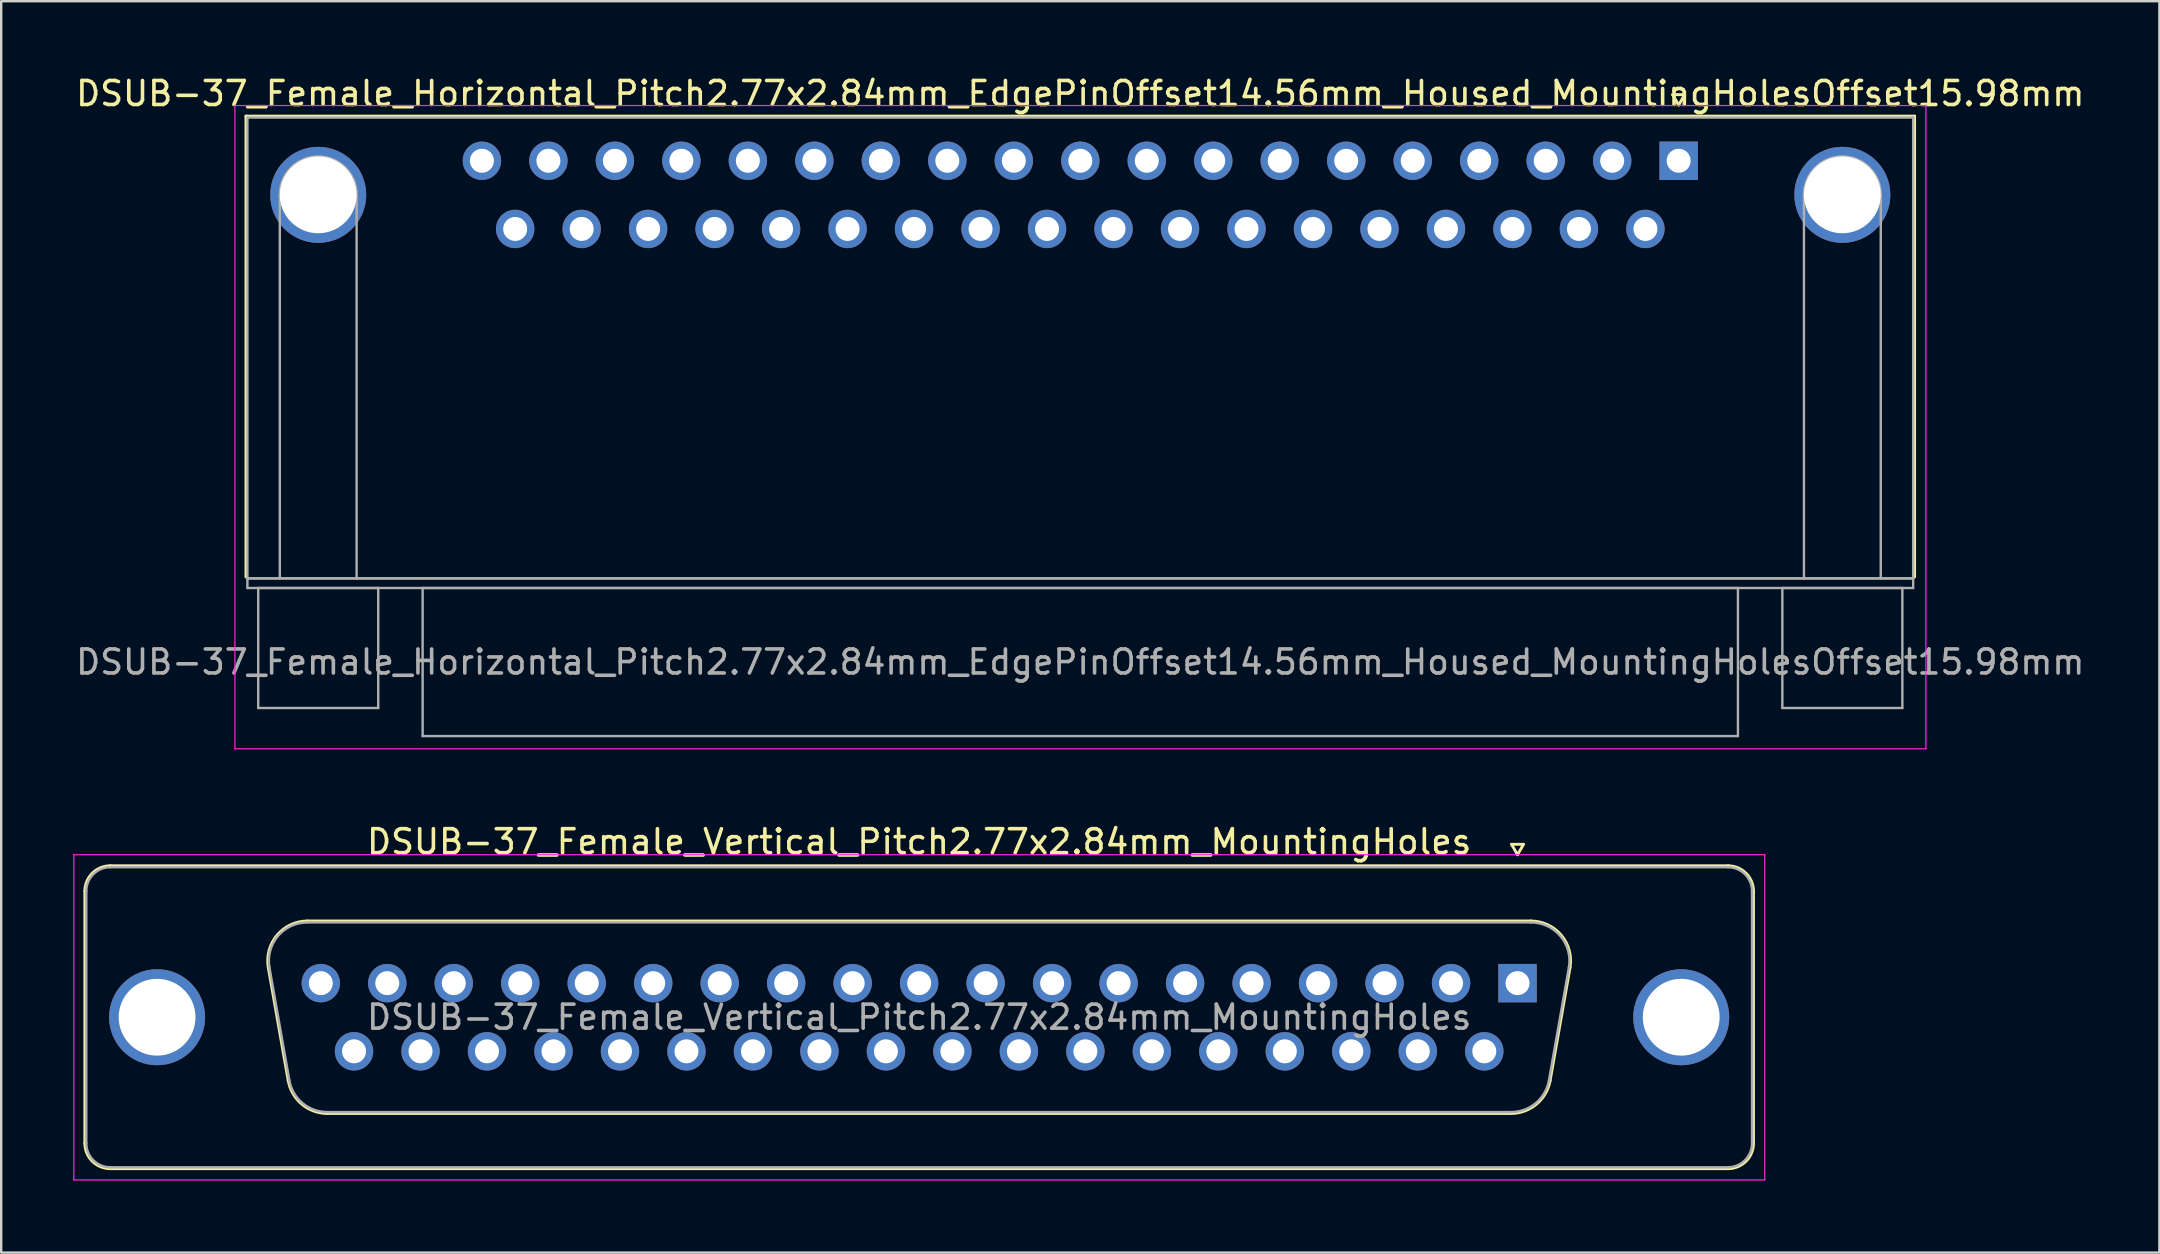
<source format=kicad_pcb>
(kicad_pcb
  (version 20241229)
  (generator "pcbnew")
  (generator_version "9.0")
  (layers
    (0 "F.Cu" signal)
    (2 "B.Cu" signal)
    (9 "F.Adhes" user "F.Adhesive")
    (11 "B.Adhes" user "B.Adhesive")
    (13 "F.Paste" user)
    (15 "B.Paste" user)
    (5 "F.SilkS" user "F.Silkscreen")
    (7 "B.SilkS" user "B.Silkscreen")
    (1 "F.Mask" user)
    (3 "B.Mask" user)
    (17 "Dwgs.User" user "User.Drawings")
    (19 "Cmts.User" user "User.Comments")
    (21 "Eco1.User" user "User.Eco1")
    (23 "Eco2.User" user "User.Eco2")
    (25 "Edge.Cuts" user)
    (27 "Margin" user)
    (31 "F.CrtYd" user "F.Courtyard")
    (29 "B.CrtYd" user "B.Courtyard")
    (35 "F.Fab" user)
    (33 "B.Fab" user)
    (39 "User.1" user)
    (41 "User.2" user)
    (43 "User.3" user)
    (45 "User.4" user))
  (footprint "DSUB-37_Female_Vertical_Pitch2.77x2.84mm_MountingHoles"
    (layer "F.Cu")
    (at 60.175 37.911)
    (property "Reference" "DSUB-37_Female_Vertical_Pitch2.77x2.84mm_MountingHoles" (at -24.93 -5.89 0) (layer "F.SilkS") (effects (font (size 1 1) (thickness 0.15))))
    (attr through_hole)
    (fp_line (start -59.69 6.67) (end -59.69 -3.83) (stroke (width 0.12) (type solid)) (layer "F.SilkS"))
    (fp_line (start -58.63 -4.89) (end 8.77 -4.89) (stroke (width 0.12) (type solid)) (layer "F.SilkS"))
    (fp_line (start -52.046 -0.642) (end -51.218 4.058) (stroke (width 0.12) (type solid)) (layer "F.SilkS"))
    (fp_line (start -50.412 -2.59) (end 0.552 -2.59) (stroke (width 0.12) (type solid)) (layer "F.SilkS"))
    (fp_line (start -49.583 5.43) (end -0.277 5.43) (stroke (width 0.12) (type solid)) (layer "F.SilkS"))
    (fp_line (start -0.25 -5.784) (end 0.25 -5.784) (stroke (width 0.12) (type solid)) (layer "F.SilkS"))
    (fp_line (start 0 -5.351) (end -0.25 -5.784) (stroke (width 0.12) (type solid)) (layer "F.SilkS"))
    (fp_line (start 0.25 -5.784) (end 0 -5.351) (stroke (width 0.12) (type solid)) (layer "F.SilkS"))
    (fp_line (start 2.186 -0.642) (end 1.358 4.058) (stroke (width 0.12) (type solid)) (layer "F.SilkS"))
    (fp_line (start 8.77 7.73) (end -58.63 7.73) (stroke (width 0.12) (type solid)) (layer "F.SilkS"))
    (fp_line (start 9.83 -3.83) (end 9.83 6.67) (stroke (width 0.12) (type solid)) (layer "F.SilkS"))
    (fp_arc (start -59.69 -3.83) (mid -59.379533 -4.579533) (end -58.63 -4.89) (stroke (width 0.12) (type solid)) (layer "F.SilkS"))
    (fp_arc (start -58.63 7.73) (mid -59.379533 7.419533) (end -59.69 6.67) (stroke (width 0.12) (type solid)) (layer "F.SilkS"))
    (fp_arc (start -52.04647 -0.641744) (mid -51.683323 -1.997028) (end -50.411689 -2.59) (stroke (width 0.12) (type solid)) (layer "F.SilkS"))
    (fp_arc (start -49.582952 5.43) (mid -50.649979 5.041634) (end -51.217733 4.058256) (stroke (width 0.12) (type solid)) (layer "F.SilkS"))
    (fp_arc (start 0.551689 -2.59) (mid 1.823323 -1.997027) (end 2.18647 -0.641744) (stroke (width 0.12) (type solid)) (layer "F.SilkS"))
    (fp_arc (start 1.357733 4.058256) (mid 0.78998 5.041634) (end -0.277048 5.43) (stroke (width 0.12) (type solid)) (layer "F.SilkS"))
    (fp_arc (start 8.77 -4.89) (mid 9.519533 -4.579533) (end 9.83 -3.83) (stroke (width 0.12) (type solid)) (layer "F.SilkS"))
    (fp_arc (start 9.83 6.67) (mid 9.519533 7.419533) (end 8.77 7.73) (stroke (width 0.12) (type solid)) (layer "F.SilkS"))
    (fp_line (start -60.15 -5.35) (end -60.15 8.2) (stroke (width 0.05) (type solid)) (layer "F.CrtYd"))
    (fp_line (start -60.15 8.2) (end 10.3 8.2) (stroke (width 0.05) (type solid)) (layer "F.CrtYd"))
    (fp_line (start 10.3 -5.35) (end -60.15 -5.35) (stroke (width 0.05) (type solid)) (layer "F.CrtYd"))
    (fp_line (start 10.3 8.2) (end 10.3 -5.35) (stroke (width 0.05) (type solid)) (layer "F.CrtYd"))
    (fp_line (start -59.63 6.67) (end -59.63 -3.83) (stroke (width 0.1) (type solid)) (layer "F.Fab"))
    (fp_line (start -58.63 -4.83) (end 8.77 -4.83) (stroke (width 0.1) (type solid)) (layer "F.Fab"))
    (fp_line (start -51.999 -0.652) (end -51.17 4.048) (stroke (width 0.1) (type solid)) (layer "F.Fab"))
    (fp_line (start -50.423 -2.53) (end 0.563 -2.53) (stroke (width 0.1) (type solid)) (layer "F.Fab"))
    (fp_line (start -49.594 5.37) (end -0.266 5.37) (stroke (width 0.1) (type solid)) (layer "F.Fab"))
    (fp_line (start 2.139 -0.652) (end 1.31 4.048) (stroke (width 0.1) (type solid)) (layer "F.Fab"))
    (fp_line (start 8.77 7.67) (end -58.63 7.67) (stroke (width 0.1) (type solid)) (layer "F.Fab"))
    (fp_line (start 9.77 -3.83) (end 9.77 6.67) (stroke (width 0.1) (type solid)) (layer "F.Fab"))
    (fp_arc (start -59.63 -3.83) (mid -59.337107 -4.537107) (end -58.63 -4.83) (stroke (width 0.1) (type solid)) (layer "F.Fab"))
    (fp_arc (start -58.63 7.67) (mid -59.337107 7.377107) (end -59.63 6.67) (stroke (width 0.1) (type solid)) (layer "F.Fab"))
    (fp_arc (start -51.998886 -0.652163) (mid -51.648865 -1.95846) (end -50.423194 -2.53) (stroke (width 0.1) (type solid)) (layer "F.Fab"))
    (fp_arc (start -49.594457 5.37) (mid -50.622917 4.995671) (end -51.170149 4.047837) (stroke (width 0.1) (type solid)) (layer "F.Fab"))
    (fp_arc (start 0.563194 -2.53) (mid 1.788865 -1.95846) (end 2.138886 -0.652163) (stroke (width 0.1) (type solid)) (layer "F.Fab"))
    (fp_arc (start 1.310149 4.047837) (mid 0.762917 4.995671) (end -0.265543 5.37) (stroke (width 0.1) (type solid)) (layer "F.Fab"))
    (fp_arc (start 8.77 -4.83) (mid 9.477107 -4.537107) (end 9.77 -3.83) (stroke (width 0.1) (type solid)) (layer "F.Fab"))
    (fp_arc (start 9.77 6.67) (mid 9.477107 7.377107) (end 8.77 7.67) (stroke (width 0.1) (type solid)) (layer "F.Fab"))
    (fp_text user "${REFERENCE}" (at -24.93 1.42 0) (layer "F.Fab") (effects (font (size 1 1) (thickness 0.15))))
    (pad "0" thru_hole circle (at -56.68 1.42) (size 4 4) (drill 3.2) (layers "*.Cu" "*.Mask"))
    (pad "0" thru_hole circle (at 6.82 1.42) (size 4 4) (drill 3.2) (layers "*.Cu" "*.Mask"))
    (pad "1" thru_hole rect (at 0 0) (size 1.6 1.6) (drill 1) (layers "*.Cu" "*.Mask"))
    (pad "2" thru_hole circle (at -2.77 0) (size 1.6 1.6) (drill 1) (layers "*.Cu" "*.Mask"))
    (pad "3" thru_hole circle (at -5.54 0) (size 1.6 1.6) (drill 1) (layers "*.Cu" "*.Mask"))
    (pad "4" thru_hole circle (at -8.31 0) (size 1.6 1.6) (drill 1) (layers "*.Cu" "*.Mask"))
    (pad "5" thru_hole circle (at -11.08 0) (size 1.6 1.6) (drill 1) (layers "*.Cu" "*.Mask"))
    (pad "6" thru_hole circle (at -13.85 0) (size 1.6 1.6) (drill 1) (layers "*.Cu" "*.Mask"))
    (pad "7" thru_hole circle (at -16.62 0) (size 1.6 1.6) (drill 1) (layers "*.Cu" "*.Mask"))
    (pad "8" thru_hole circle (at -19.39 0) (size 1.6 1.6) (drill 1) (layers "*.Cu" "*.Mask"))
    (pad "9" thru_hole circle (at -22.16 0) (size 1.6 1.6) (drill 1) (layers "*.Cu" "*.Mask"))
    (pad "10" thru_hole circle (at -24.93 0) (size 1.6 1.6) (drill 1) (layers "*.Cu" "*.Mask"))
    (pad "11" thru_hole circle (at -27.7 0) (size 1.6 1.6) (drill 1) (layers "*.Cu" "*.Mask"))
    (pad "12" thru_hole circle (at -30.47 0) (size 1.6 1.6) (drill 1) (layers "*.Cu" "*.Mask"))
    (pad "13" thru_hole circle (at -33.24 0) (size 1.6 1.6) (drill 1) (layers "*.Cu" "*.Mask"))
    (pad "14" thru_hole circle (at -36.01 0) (size 1.6 1.6) (drill 1) (layers "*.Cu" "*.Mask"))
    (pad "15" thru_hole circle (at -38.78 0) (size 1.6 1.6) (drill 1) (layers "*.Cu" "*.Mask"))
    (pad "16" thru_hole circle (at -41.55 0) (size 1.6 1.6) (drill 1) (layers "*.Cu" "*.Mask"))
    (pad "17" thru_hole circle (at -44.32 0) (size 1.6 1.6) (drill 1) (layers "*.Cu" "*.Mask"))
    (pad "18" thru_hole circle (at -47.09 0) (size 1.6 1.6) (drill 1) (layers "*.Cu" "*.Mask"))
    (pad "19" thru_hole circle (at -49.86 0) (size 1.6 1.6) (drill 1) (layers "*.Cu" "*.Mask"))
    (pad "20" thru_hole circle (at -1.385 2.84) (size 1.6 1.6) (drill 1) (layers "*.Cu" "*.Mask"))
    (pad "21" thru_hole circle (at -4.155 2.84) (size 1.6 1.6) (drill 1) (layers "*.Cu" "*.Mask"))
    (pad "22" thru_hole circle (at -6.925 2.84) (size 1.6 1.6) (drill 1) (layers "*.Cu" "*.Mask"))
    (pad "23" thru_hole circle (at -9.695 2.84) (size 1.6 1.6) (drill 1) (layers "*.Cu" "*.Mask"))
    (pad "24" thru_hole circle (at -12.465 2.84) (size 1.6 1.6) (drill 1) (layers "*.Cu" "*.Mask"))
    (pad "25" thru_hole circle (at -15.235 2.84) (size 1.6 1.6) (drill 1) (layers "*.Cu" "*.Mask"))
    (pad "26" thru_hole circle (at -18.005 2.84) (size 1.6 1.6) (drill 1) (layers "*.Cu" "*.Mask"))
    (pad "27" thru_hole circle (at -20.775 2.84) (size 1.6 1.6) (drill 1) (layers "*.Cu" "*.Mask"))
    (pad "28" thru_hole circle (at -23.545 2.84) (size 1.6 1.6) (drill 1) (layers "*.Cu" "*.Mask"))
    (pad "29" thru_hole circle (at -26.315 2.84) (size 1.6 1.6) (drill 1) (layers "*.Cu" "*.Mask"))
    (pad "30" thru_hole circle (at -29.085 2.84) (size 1.6 1.6) (drill 1) (layers "*.Cu" "*.Mask"))
    (pad "31" thru_hole circle (at -31.855 2.84) (size 1.6 1.6) (drill 1) (layers "*.Cu" "*.Mask"))
    (pad "32" thru_hole circle (at -34.625 2.84) (size 1.6 1.6) (drill 1) (layers "*.Cu" "*.Mask"))
    (pad "33" thru_hole circle (at -37.395 2.84) (size 1.6 1.6) (drill 1) (layers "*.Cu" "*.Mask"))
    (pad "34" thru_hole circle (at -40.165 2.84) (size 1.6 1.6) (drill 1) (layers "*.Cu" "*.Mask"))
    (pad "35" thru_hole circle (at -42.935 2.84) (size 1.6 1.6) (drill 1) (layers "*.Cu" "*.Mask"))
    (pad "36" thru_hole circle (at -45.705 2.84) (size 1.6 1.6) (drill 1) (layers "*.Cu" "*.Mask"))
    (pad "37" thru_hole circle (at -48.475 2.84) (size 1.6 1.6) (drill 1) (layers "*.Cu" "*.Mask")))
  (footprint "DSUB-37_Female_Horizontal_Pitch2.77x2.84mm_EdgePinOffset14.56mm_Housed_MountingHolesOffset15.98mm"
    (layer "F.Cu")
    (at 66.888 3.648)
    (property "Reference" "DSUB-37_Female_Horizontal_Pitch2.77x2.84mm_EdgePinOffset14.56mm_Housed_MountingHolesOffset15.98mm" (at -24.93 -2.8 0) (layer "F.SilkS") (effects (font (size 1 1) (thickness 0.15))))
    (attr through_hole)
    (fp_line (start -59.69 -1.86) (end 9.83 -1.86) (stroke (width 0.12) (type solid)) (layer "F.SilkS"))
    (fp_line (start -59.69 17.34) (end -59.69 -1.86) (stroke (width 0.12) (type solid)) (layer "F.SilkS"))
    (fp_line (start -0.25 -2.754) (end 0.25 -2.754) (stroke (width 0.12) (type solid)) (layer "F.SilkS"))
    (fp_line (start 0 -2.321) (end -0.25 -2.754) (stroke (width 0.12) (type solid)) (layer "F.SilkS"))
    (fp_line (start 0.25 -2.754) (end 0 -2.321) (stroke (width 0.12) (type solid)) (layer "F.SilkS"))
    (fp_line (start 9.83 -1.86) (end 9.83 17.34) (stroke (width 0.12) (type solid)) (layer "F.SilkS"))
    (fp_line (start -60.15 -2.3) (end -60.15 24.5) (stroke (width 0.05) (type solid)) (layer "F.CrtYd"))
    (fp_line (start -60.15 24.5) (end 10.3 24.5) (stroke (width 0.05) (type solid)) (layer "F.CrtYd"))
    (fp_line (start 10.3 -2.3) (end -60.15 -2.3) (stroke (width 0.05) (type solid)) (layer "F.CrtYd"))
    (fp_line (start 10.3 24.5) (end 10.3 -2.3) (stroke (width 0.05) (type solid)) (layer "F.CrtYd"))
    (fp_line (start -59.63 -1.8) (end -59.63 17.4) (stroke (width 0.1) (type solid)) (layer "F.Fab"))
    (fp_line (start -59.63 17.4) (end -59.63 17.8) (stroke (width 0.1) (type solid)) (layer "F.Fab"))
    (fp_line (start -59.63 17.4) (end 9.77 17.4) (stroke (width 0.1) (type solid)) (layer "F.Fab"))
    (fp_line (start -59.63 17.8) (end 9.77 17.8) (stroke (width 0.1) (type solid)) (layer "F.Fab"))
    (fp_line (start -59.18 17.8) (end -59.18 22.8) (stroke (width 0.1) (type solid)) (layer "F.Fab"))
    (fp_line (start -59.18 22.8) (end -54.18 22.8) (stroke (width 0.1) (type solid)) (layer "F.Fab"))
    (fp_line (start -58.28 17.4) (end -58.28 1.42) (stroke (width 0.1) (type solid)) (layer "F.Fab"))
    (fp_line (start -55.08 17.4) (end -55.08 1.42) (stroke (width 0.1) (type solid)) (layer "F.Fab"))
    (fp_line (start -54.18 17.8) (end -59.18 17.8) (stroke (width 0.1) (type solid)) (layer "F.Fab"))
    (fp_line (start -54.18 22.8) (end -54.18 17.8) (stroke (width 0.1) (type solid)) (layer "F.Fab"))
    (fp_line (start -52.33 17.8) (end -52.33 23.97) (stroke (width 0.1) (type solid)) (layer "F.Fab"))
    (fp_line (start -52.33 23.97) (end 2.47 23.97) (stroke (width 0.1) (type solid)) (layer "F.Fab"))
    (fp_line (start 2.47 17.8) (end -52.33 17.8) (stroke (width 0.1) (type solid)) (layer "F.Fab"))
    (fp_line (start 2.47 23.97) (end 2.47 17.8) (stroke (width 0.1) (type solid)) (layer "F.Fab"))
    (fp_line (start 4.32 17.8) (end 4.32 22.8) (stroke (width 0.1) (type solid)) (layer "F.Fab"))
    (fp_line (start 4.32 22.8) (end 9.32 22.8) (stroke (width 0.1) (type solid)) (layer "F.Fab"))
    (fp_line (start 5.22 17.4) (end 5.22 1.42) (stroke (width 0.1) (type solid)) (layer "F.Fab"))
    (fp_line (start 8.42 17.4) (end 8.42 1.42) (stroke (width 0.1) (type solid)) (layer "F.Fab"))
    (fp_line (start 9.32 17.8) (end 4.32 17.8) (stroke (width 0.1) (type solid)) (layer "F.Fab"))
    (fp_line (start 9.32 22.8) (end 9.32 17.8) (stroke (width 0.1) (type solid)) (layer "F.Fab"))
    (fp_line (start 9.77 -1.8) (end -59.63 -1.8) (stroke (width 0.1) (type solid)) (layer "F.Fab"))
    (fp_line (start 9.77 17.4) (end -59.63 17.4) (stroke (width 0.1) (type solid)) (layer "F.Fab"))
    (fp_line (start 9.77 17.4) (end 9.77 -1.8) (stroke (width 0.1) (type solid)) (layer "F.Fab"))
    (fp_line (start 9.77 17.8) (end 9.77 17.4) (stroke (width 0.1) (type solid)) (layer "F.Fab"))
    (fp_arc (start -58.28 1.42) (mid -56.68 -0.18) (end -55.08 1.42) (stroke (width 0.1) (type solid)) (layer "F.Fab"))
    (fp_arc (start 5.22 1.42) (mid 6.82 -0.18) (end 8.42 1.42) (stroke (width 0.1) (type solid)) (layer "F.Fab"))
    (fp_text user "${REFERENCE}" (at -24.93 20.885 0) (layer "F.Fab") (effects (font (size 1 1) (thickness 0.15))))
    (pad "0" thru_hole circle (at -56.68 1.42) (size 4 4) (drill 3.2) (layers "*.Cu" "*.Mask"))
    (pad "0" thru_hole circle (at 6.82 1.42) (size 4 4) (drill 3.2) (layers "*.Cu" "*.Mask"))
    (pad "1" thru_hole rect (at 0 0) (size 1.6 1.6) (drill 1) (layers "*.Cu" "*.Mask"))
    (pad "2" thru_hole circle (at -2.77 0) (size 1.6 1.6) (drill 1) (layers "*.Cu" "*.Mask"))
    (pad "3" thru_hole circle (at -5.54 0) (size 1.6 1.6) (drill 1) (layers "*.Cu" "*.Mask"))
    (pad "4" thru_hole circle (at -8.31 0) (size 1.6 1.6) (drill 1) (layers "*.Cu" "*.Mask"))
    (pad "5" thru_hole circle (at -11.08 0) (size 1.6 1.6) (drill 1) (layers "*.Cu" "*.Mask"))
    (pad "6" thru_hole circle (at -13.85 0) (size 1.6 1.6) (drill 1) (layers "*.Cu" "*.Mask"))
    (pad "7" thru_hole circle (at -16.62 0) (size 1.6 1.6) (drill 1) (layers "*.Cu" "*.Mask"))
    (pad "8" thru_hole circle (at -19.39 0) (size 1.6 1.6) (drill 1) (layers "*.Cu" "*.Mask"))
    (pad "9" thru_hole circle (at -22.16 0) (size 1.6 1.6) (drill 1) (layers "*.Cu" "*.Mask"))
    (pad "10" thru_hole circle (at -24.93 0) (size 1.6 1.6) (drill 1) (layers "*.Cu" "*.Mask"))
    (pad "11" thru_hole circle (at -27.7 0) (size 1.6 1.6) (drill 1) (layers "*.Cu" "*.Mask"))
    (pad "12" thru_hole circle (at -30.47 0) (size 1.6 1.6) (drill 1) (layers "*.Cu" "*.Mask"))
    (pad "13" thru_hole circle (at -33.24 0) (size 1.6 1.6) (drill 1) (layers "*.Cu" "*.Mask"))
    (pad "14" thru_hole circle (at -36.01 0) (size 1.6 1.6) (drill 1) (layers "*.Cu" "*.Mask"))
    (pad "15" thru_hole circle (at -38.78 0) (size 1.6 1.6) (drill 1) (layers "*.Cu" "*.Mask"))
    (pad "16" thru_hole circle (at -41.55 0) (size 1.6 1.6) (drill 1) (layers "*.Cu" "*.Mask"))
    (pad "17" thru_hole circle (at -44.32 0) (size 1.6 1.6) (drill 1) (layers "*.Cu" "*.Mask"))
    (pad "18" thru_hole circle (at -47.09 0) (size 1.6 1.6) (drill 1) (layers "*.Cu" "*.Mask"))
    (pad "19" thru_hole circle (at -49.86 0) (size 1.6 1.6) (drill 1) (layers "*.Cu" "*.Mask"))
    (pad "20" thru_hole circle (at -1.385 2.84) (size 1.6 1.6) (drill 1) (layers "*.Cu" "*.Mask"))
    (pad "21" thru_hole circle (at -4.155 2.84) (size 1.6 1.6) (drill 1) (layers "*.Cu" "*.Mask"))
    (pad "22" thru_hole circle (at -6.925 2.84) (size 1.6 1.6) (drill 1) (layers "*.Cu" "*.Mask"))
    (pad "23" thru_hole circle (at -9.695 2.84) (size 1.6 1.6) (drill 1) (layers "*.Cu" "*.Mask"))
    (pad "24" thru_hole circle (at -12.465 2.84) (size 1.6 1.6) (drill 1) (layers "*.Cu" "*.Mask"))
    (pad "25" thru_hole circle (at -15.235 2.84) (size 1.6 1.6) (drill 1) (layers "*.Cu" "*.Mask"))
    (pad "26" thru_hole circle (at -18.005 2.84) (size 1.6 1.6) (drill 1) (layers "*.Cu" "*.Mask"))
    (pad "27" thru_hole circle (at -20.775 2.84) (size 1.6 1.6) (drill 1) (layers "*.Cu" "*.Mask"))
    (pad "28" thru_hole circle (at -23.545 2.84) (size 1.6 1.6) (drill 1) (layers "*.Cu" "*.Mask"))
    (pad "29" thru_hole circle (at -26.315 2.84) (size 1.6 1.6) (drill 1) (layers "*.Cu" "*.Mask"))
    (pad "30" thru_hole circle (at -29.085 2.84) (size 1.6 1.6) (drill 1) (layers "*.Cu" "*.Mask"))
    (pad "31" thru_hole circle (at -31.855 2.84) (size 1.6 1.6) (drill 1) (layers "*.Cu" "*.Mask"))
    (pad "32" thru_hole circle (at -34.625 2.84) (size 1.6 1.6) (drill 1) (layers "*.Cu" "*.Mask"))
    (pad "33" thru_hole circle (at -37.395 2.84) (size 1.6 1.6) (drill 1) (layers "*.Cu" "*.Mask"))
    (pad "34" thru_hole circle (at -40.165 2.84) (size 1.6 1.6) (drill 1) (layers "*.Cu" "*.Mask"))
    (pad "35" thru_hole circle (at -42.935 2.84) (size 1.6 1.6) (drill 1) (layers "*.Cu" "*.Mask"))
    (pad "36" thru_hole circle (at -45.705 2.84) (size 1.6 1.6) (drill 1) (layers "*.Cu" "*.Mask"))
    (pad "37" thru_hole circle (at -48.475 2.84) (size 1.6 1.6) (drill 1) (layers "*.Cu" "*.Mask")))
  (gr_rect
    (start -3 -3)
    (end 86.917 49.136)
    (stroke (width 0.1) (type default))
    (fill no)
    (layer "Edge.Cuts")))
</source>
